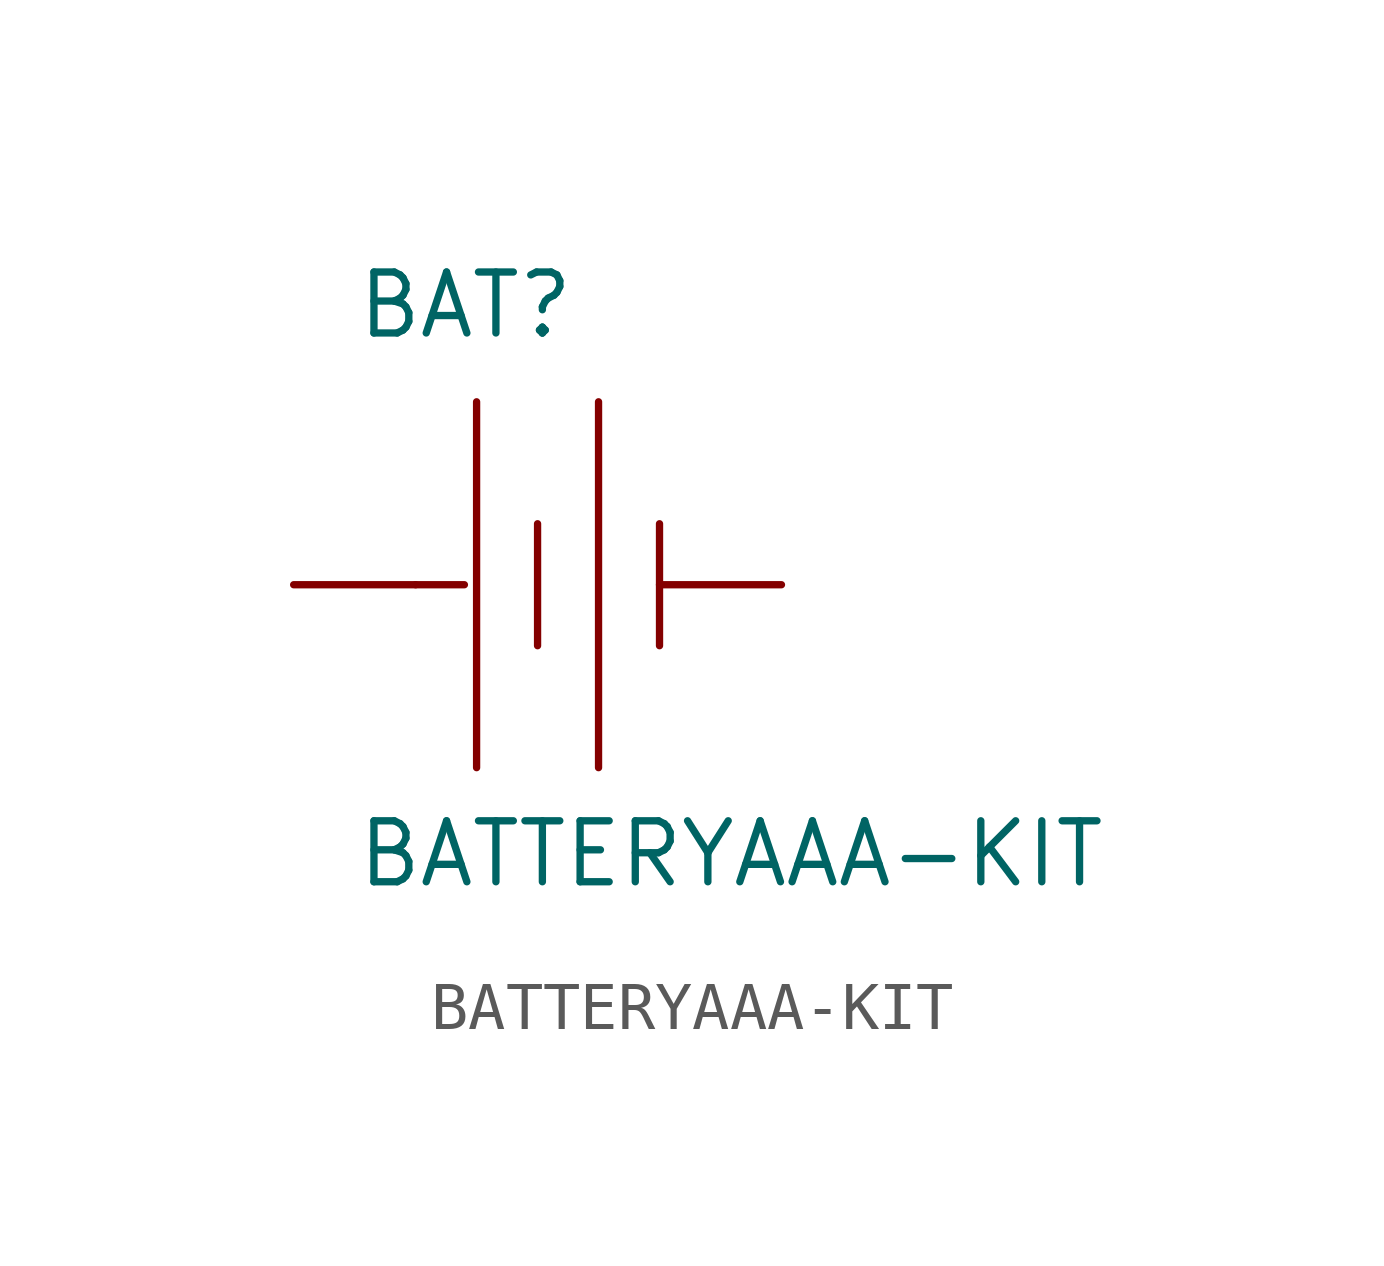
<source format=kicad_sym>
(kicad_symbol_lib
  (version 20211014)
  (generator kicad_symbol_editor)
  (symbol "BATTERYAAA-KIT"
    (pin_numbers hide)
    (pin_names
      (offset 1.016) hide)
    (property "Reference" "BAT"
      (at -3.81 5.08 0)
      (effects (font (size 1.27 1.27)) (justify left bottom)))
    (property "Value" "BATTERYAAA-KIT"
      (at -3.81 -6.35 0)
      (effects (font (size 1.27 1.27)) (justify left bottom)))
    (property "ki_locked" ""
      (at 0 0 0)
      (effects (font (size 1.27 1.27))))
    (symbol "BATTERYAAA-KIT_1_0"
      (polyline (pts (xy -2.54 0) (xy -1.524 0)) (stroke (width 0) (type default) (color 0 0 0 0)) (fill (type none)))
      (polyline (pts (xy -1.27 3.81) (xy -1.27 -3.81)) (stroke (width 0) (type default) (color 0 0 0 0)) (fill (type none)))
      (polyline (pts (xy 0 1.27) (xy 0 -1.27)) (stroke (width 0) (type default) (color 0 0 0 0)) (fill (type none)))
      (polyline (pts (xy 1.27 3.81) (xy 1.27 -3.81)) (stroke (width 0) (type default) (color 0 0 0 0)) (fill (type none)))
      (polyline (pts (xy 2.54 1.27) (xy 2.54 -1.27)) (stroke (width 0) (type default) (color 0 0 0 0)) (fill (type none))))
    (symbol "BATTERYAAA-KIT_1_1"
      (pin power_in line (at 5.08 0 180) (length 2.54) (name "-" (effects (font (size 1.016 1.016)))) (number "GND@1" (effects (font (size 1.016 1.016)))))
      (pin power_in line (at -5.08 0 0) (length 2.54) (name "+" (effects (font (size 1.016 1.016)))) (number "PWR@1" (effects (font (size 1.016 1.016))))))))
</source>
